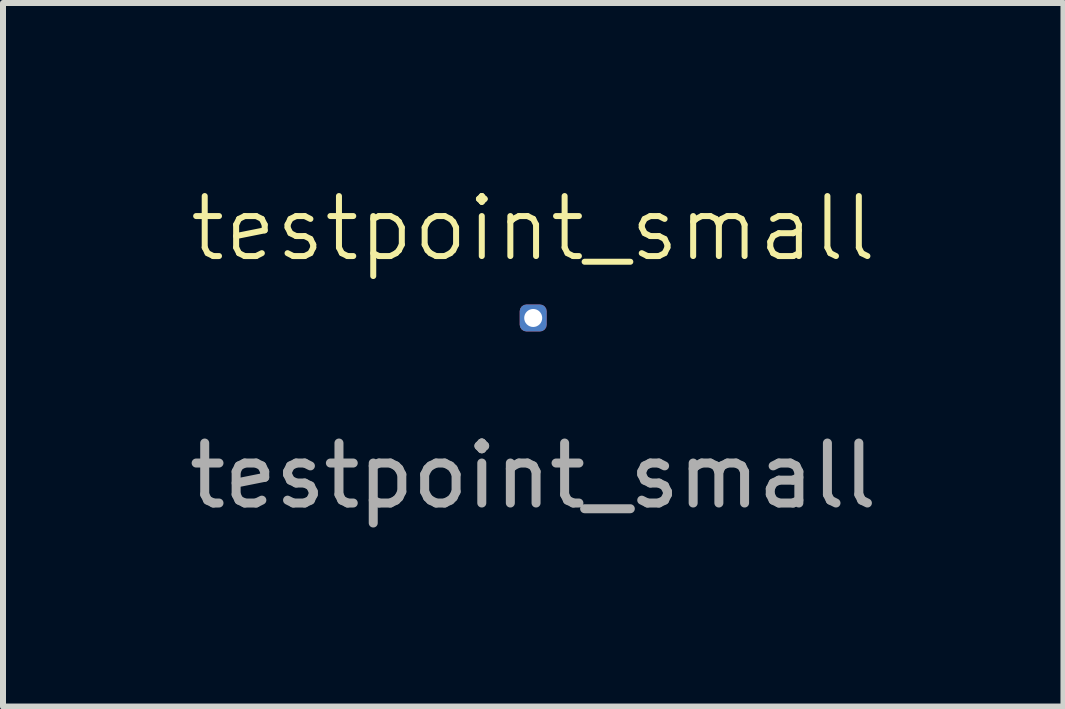
<source format=kicad_pcb>
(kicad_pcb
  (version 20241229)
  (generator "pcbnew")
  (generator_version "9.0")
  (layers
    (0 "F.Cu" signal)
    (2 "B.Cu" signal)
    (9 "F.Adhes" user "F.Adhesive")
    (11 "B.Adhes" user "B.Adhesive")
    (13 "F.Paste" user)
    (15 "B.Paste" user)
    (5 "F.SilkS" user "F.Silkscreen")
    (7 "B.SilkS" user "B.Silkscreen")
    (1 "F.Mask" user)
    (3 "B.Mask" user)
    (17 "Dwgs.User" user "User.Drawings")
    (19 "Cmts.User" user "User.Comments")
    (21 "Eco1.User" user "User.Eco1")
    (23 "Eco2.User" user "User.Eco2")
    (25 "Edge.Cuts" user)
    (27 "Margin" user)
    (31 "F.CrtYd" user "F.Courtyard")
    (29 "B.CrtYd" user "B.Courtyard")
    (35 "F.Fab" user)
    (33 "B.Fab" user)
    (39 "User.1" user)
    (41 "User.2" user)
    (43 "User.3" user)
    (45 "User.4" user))
  (footprint "testpoint_small"
    (layer "F.Cu")
    (at 5.839 2.251)
    (property "Reference" "testpoint_small" (at 0 -1.49 0) (unlocked yes) (layer "F.SilkS") (effects (font (size 1 1) (thickness 0.1))))
    (attr smd)
    (fp_text user "${REFERENCE}" (at 0 2.63 0) (unlocked yes) (layer "F.Fab") (effects (font (size 1 1) (thickness 0.15))))
    (pad "1" thru_hole roundrect (at 0 0) (size 0.45 0.45) (drill 0.3) (layers "*.Cu" "*.Mask") (roundrect_rratio 0.25)))
  (gr_rect
    (start -3 -3)
    (end 14.679 8.729)
    (stroke (width 0.1) (type default))
    (fill no)
    (layer "Edge.Cuts")))
</source>
